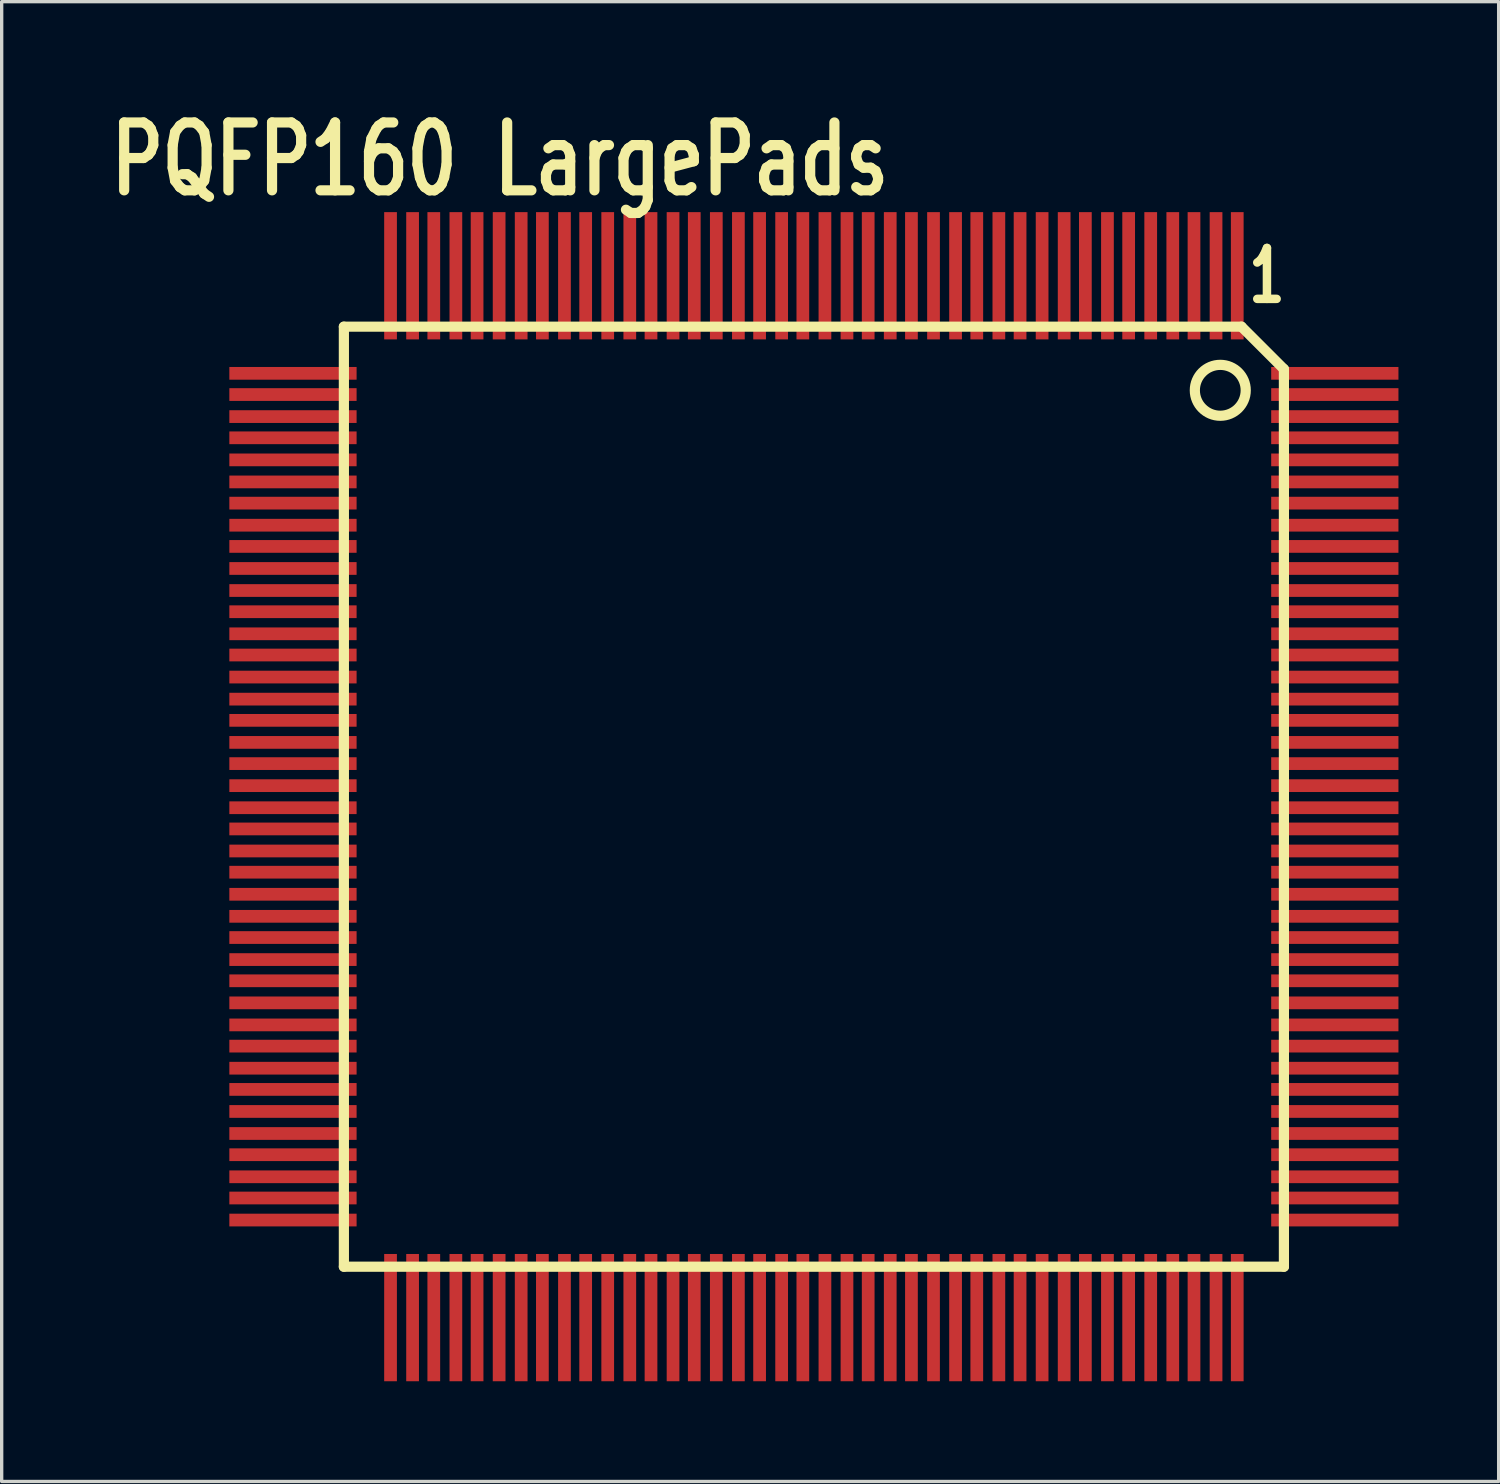
<source format=kicad_pcb>
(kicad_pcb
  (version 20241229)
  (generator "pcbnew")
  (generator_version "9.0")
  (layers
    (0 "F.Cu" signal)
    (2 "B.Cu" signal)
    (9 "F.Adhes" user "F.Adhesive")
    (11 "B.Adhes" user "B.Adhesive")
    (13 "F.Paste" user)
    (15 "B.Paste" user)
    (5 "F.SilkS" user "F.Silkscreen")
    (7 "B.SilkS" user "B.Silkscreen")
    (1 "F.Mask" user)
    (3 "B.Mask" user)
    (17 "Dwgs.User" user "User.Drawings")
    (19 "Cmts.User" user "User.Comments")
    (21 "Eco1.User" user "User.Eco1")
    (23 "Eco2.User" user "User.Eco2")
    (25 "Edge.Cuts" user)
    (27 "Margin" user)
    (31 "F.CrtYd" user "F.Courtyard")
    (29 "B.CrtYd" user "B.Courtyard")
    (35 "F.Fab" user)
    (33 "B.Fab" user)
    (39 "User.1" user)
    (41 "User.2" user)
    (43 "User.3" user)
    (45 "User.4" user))
  (footprint "PQFP160 LargePads"
    (layer "F.Cu")
    (at 21.291 20.7)
    (property "Reference" "PQFP160 LargePads" (at -9.375 -18.976 0) (layer "F.SilkS") (effects (font (size 2.032 1.524) (thickness 0.305))))
    (attr smd)
    (fp_line (start -14.046 -13.97) (end -14.046 14.173) (stroke (width 0.305) (type solid)) (layer "F.SilkS"))
    (fp_line (start -14.046 14.173) (end 14.097 14.173) (stroke (width 0.305) (type solid)) (layer "F.SilkS"))
    (fp_line (start 12.827 -13.97) (end -14.046 -13.97) (stroke (width 0.305) (type solid)) (layer "F.SilkS"))
    (fp_line (start 12.827 -13.97) (end 14.097 -12.7) (stroke (width 0.305) (type solid)) (layer "F.SilkS"))
    (fp_line (start 14.097 14.173) (end 14.097 -12.7) (stroke (width 0.305) (type solid)) (layer "F.SilkS"))
    (fp_circle (center 12.192 -12.065) (end 12.192 -11.303) (stroke (width 0.305) (type solid)) (fill no) (layer "F.SilkS"))
    (fp_text user "1" (at 13.589 -15.494 0) (layer "F.SilkS") (effects (font (size 1.524 1.016) (thickness 0.305))))
    (pad "1" smd rect (at 12.7 -15.494) (size 0.381 3.81) (layers "F.Cu" "F.Mask" "F.Paste"))
    (pad "2" smd rect (at 12.065 -15.494) (size 0.381 3.81) (layers "F.Cu" "F.Mask" "F.Paste"))
    (pad "3" smd rect (at 11.405 -15.494) (size 0.381 3.81) (layers "F.Cu" "F.Mask" "F.Paste"))
    (pad "4" smd rect (at 10.77 -15.494) (size 0.381 3.81) (layers "F.Cu" "F.Mask" "F.Paste"))
    (pad "5" smd rect (at 10.109 -15.494) (size 0.381 3.81) (layers "F.Cu" "F.Mask" "F.Paste"))
    (pad "6" smd rect (at 9.449 -15.494) (size 0.381 3.81) (layers "F.Cu" "F.Mask" "F.Paste"))
    (pad "7" smd rect (at 8.814 -15.494) (size 0.381 3.81) (layers "F.Cu" "F.Mask" "F.Paste"))
    (pad "8" smd rect (at 8.153 -15.494) (size 0.381 3.81) (layers "F.Cu" "F.Mask" "F.Paste"))
    (pad "9" smd rect (at 7.518 -15.494) (size 0.381 3.81) (layers "F.Cu" "F.Mask" "F.Paste"))
    (pad "10" smd rect (at 6.858 -15.494) (size 0.381 3.81) (layers "F.Cu" "F.Mask" "F.Paste"))
    (pad "11" smd rect (at 6.198 -15.494) (size 0.381 3.81) (layers "F.Cu" "F.Mask" "F.Paste"))
    (pad "12" smd rect (at 5.563 -15.494) (size 0.381 3.81) (layers "F.Cu" "F.Mask" "F.Paste"))
    (pad "13" smd rect (at 4.902 -15.494) (size 0.381 3.81) (layers "F.Cu" "F.Mask" "F.Paste"))
    (pad "14" smd rect (at 4.267 -15.494) (size 0.381 3.81) (layers "F.Cu" "F.Mask" "F.Paste"))
    (pad "15" smd rect (at 3.607 -15.494) (size 0.381 3.81) (layers "F.Cu" "F.Mask" "F.Paste"))
    (pad "16" smd rect (at 2.946 -15.494) (size 0.381 3.81) (layers "F.Cu" "F.Mask" "F.Paste"))
    (pad "17" smd rect (at 2.311 -15.494) (size 0.381 3.81) (layers "F.Cu" "F.Mask" "F.Paste"))
    (pad "18" smd rect (at 1.651 -15.494) (size 0.381 3.81) (layers "F.Cu" "F.Mask" "F.Paste"))
    (pad "19" smd rect (at 1.016 -15.494) (size 0.381 3.81) (layers "F.Cu" "F.Mask" "F.Paste"))
    (pad "20" smd rect (at 0.356 -15.494) (size 0.381 3.81) (layers "F.Cu" "F.Mask" "F.Paste"))
    (pad "21" smd rect (at -0.305 -15.494) (size 0.381 3.81) (layers "F.Cu" "F.Mask" "F.Paste"))
    (pad "22" smd rect (at -0.94 -15.494) (size 0.381 3.81) (layers "F.Cu" "F.Mask" "F.Paste"))
    (pad "23" smd rect (at -1.6 -15.494) (size 0.381 3.81) (layers "F.Cu" "F.Mask" "F.Paste"))
    (pad "24" smd rect (at -2.235 -15.494) (size 0.381 3.81) (layers "F.Cu" "F.Mask" "F.Paste"))
    (pad "25" smd rect (at -2.896 -15.494) (size 0.381 3.81) (layers "F.Cu" "F.Mask" "F.Paste"))
    (pad "26" smd rect (at -3.556 -15.494) (size 0.381 3.81) (layers "F.Cu" "F.Mask" "F.Paste"))
    (pad "27" smd rect (at -4.191 -15.494) (size 0.381 3.81) (layers "F.Cu" "F.Mask" "F.Paste"))
    (pad "28" smd rect (at -4.851 -15.494) (size 0.381 3.81) (layers "F.Cu" "F.Mask" "F.Paste"))
    (pad "29" smd rect (at -5.486 -15.494) (size 0.381 3.81) (layers "F.Cu" "F.Mask" "F.Paste"))
    (pad "30" smd rect (at -6.147 -15.494) (size 0.381 3.81) (layers "F.Cu" "F.Mask" "F.Paste"))
    (pad "31" smd rect (at -6.807 -15.494) (size 0.381 3.81) (layers "F.Cu" "F.Mask" "F.Paste"))
    (pad "32" smd rect (at -7.442 -15.494) (size 0.381 3.81) (layers "F.Cu" "F.Mask" "F.Paste"))
    (pad "33" smd rect (at -8.103 -15.494) (size 0.381 3.81) (layers "F.Cu" "F.Mask" "F.Paste"))
    (pad "34" smd rect (at -8.738 -15.494) (size 0.381 3.81) (layers "F.Cu" "F.Mask" "F.Paste"))
    (pad "35" smd rect (at -9.398 -15.494) (size 0.381 3.81) (layers "F.Cu" "F.Mask" "F.Paste"))
    (pad "36" smd rect (at -10.058 -15.494) (size 0.381 3.81) (layers "F.Cu" "F.Mask" "F.Paste"))
    (pad "37" smd rect (at -10.693 -15.494) (size 0.381 3.81) (layers "F.Cu" "F.Mask" "F.Paste"))
    (pad "38" smd rect (at -11.354 -15.494) (size 0.381 3.81) (layers "F.Cu" "F.Mask" "F.Paste"))
    (pad "39" smd rect (at -11.989 -15.494) (size 0.381 3.81) (layers "F.Cu" "F.Mask" "F.Paste"))
    (pad "40" smd rect (at -12.649 -15.494) (size 0.381 3.81) (layers "F.Cu" "F.Mask" "F.Paste"))
    (pad "41" smd rect (at -15.57 -12.573) (size 3.81 0.381) (layers "F.Cu" "F.Mask" "F.Paste"))
    (pad "42" smd rect (at -15.57 -11.938) (size 3.81 0.381) (layers "F.Cu" "F.Mask" "F.Paste"))
    (pad "43" smd rect (at -15.57 -11.278) (size 3.81 0.381) (layers "F.Cu" "F.Mask" "F.Paste"))
    (pad "44" smd rect (at -15.57 -10.643) (size 3.81 0.381) (layers "F.Cu" "F.Mask" "F.Paste"))
    (pad "45" smd rect (at -15.57 -9.982) (size 3.81 0.381) (layers "F.Cu" "F.Mask" "F.Paste"))
    (pad "46" smd rect (at -15.57 -9.322) (size 3.81 0.381) (layers "F.Cu" "F.Mask" "F.Paste"))
    (pad "47" smd rect (at -15.57 -8.687) (size 3.81 0.381) (layers "F.Cu" "F.Mask" "F.Paste"))
    (pad "48" smd rect (at -15.57 -8.026) (size 3.81 0.381) (layers "F.Cu" "F.Mask" "F.Paste"))
    (pad "49" smd rect (at -15.57 -7.391) (size 3.81 0.381) (layers "F.Cu" "F.Mask" "F.Paste"))
    (pad "50" smd rect (at -15.57 -6.731) (size 3.81 0.381) (layers "F.Cu" "F.Mask" "F.Paste"))
    (pad "51" smd rect (at -15.57 -6.071) (size 3.81 0.381) (layers "F.Cu" "F.Mask" "F.Paste"))
    (pad "52" smd rect (at -15.57 -5.436) (size 3.81 0.381) (layers "F.Cu" "F.Mask" "F.Paste"))
    (pad "53" smd rect (at -15.57 -4.775) (size 3.81 0.381) (layers "F.Cu" "F.Mask" "F.Paste"))
    (pad "54" smd rect (at -15.57 -4.14) (size 3.81 0.381) (layers "F.Cu" "F.Mask" "F.Paste"))
    (pad "55" smd rect (at -15.57 -3.48) (size 3.81 0.381) (layers "F.Cu" "F.Mask" "F.Paste"))
    (pad "56" smd rect (at -15.57 -2.819) (size 3.81 0.381) (layers "F.Cu" "F.Mask" "F.Paste"))
    (pad "57" smd rect (at -15.57 -2.184) (size 3.81 0.381) (layers "F.Cu" "F.Mask" "F.Paste"))
    (pad "58" smd rect (at -15.57 -1.524) (size 3.81 0.381) (layers "F.Cu" "F.Mask" "F.Paste"))
    (pad "59" smd rect (at -15.57 -0.889) (size 3.81 0.381) (layers "F.Cu" "F.Mask" "F.Paste"))
    (pad "60" smd rect (at -15.57 -0.229) (size 3.81 0.381) (layers "F.Cu" "F.Mask" "F.Paste"))
    (pad "61" smd rect (at -15.57 0.432) (size 3.81 0.381) (layers "F.Cu" "F.Mask" "F.Paste"))
    (pad "62" smd rect (at -15.57 1.067) (size 3.81 0.381) (layers "F.Cu" "F.Mask" "F.Paste"))
    (pad "63" smd rect (at -15.57 1.727) (size 3.81 0.381) (layers "F.Cu" "F.Mask" "F.Paste"))
    (pad "64" smd rect (at -15.57 2.362) (size 3.81 0.381) (layers "F.Cu" "F.Mask" "F.Paste"))
    (pad "65" smd rect (at -15.57 3.023) (size 3.81 0.381) (layers "F.Cu" "F.Mask" "F.Paste"))
    (pad "66" smd rect (at -15.57 3.683) (size 3.81 0.381) (layers "F.Cu" "F.Mask" "F.Paste"))
    (pad "67" smd rect (at -15.57 4.318) (size 3.81 0.381) (layers "F.Cu" "F.Mask" "F.Paste"))
    (pad "68" smd rect (at -15.57 4.978) (size 3.81 0.381) (layers "F.Cu" "F.Mask" "F.Paste"))
    (pad "69" smd rect (at -15.57 5.613) (size 3.81 0.381) (layers "F.Cu" "F.Mask" "F.Paste"))
    (pad "70" smd rect (at -15.57 6.274) (size 3.81 0.381) (layers "F.Cu" "F.Mask" "F.Paste"))
    (pad "71" smd rect (at -15.57 6.934) (size 3.81 0.381) (layers "F.Cu" "F.Mask" "F.Paste"))
    (pad "72" smd rect (at -15.57 7.569) (size 3.81 0.381) (layers "F.Cu" "F.Mask" "F.Paste"))
    (pad "73" smd rect (at -15.57 8.23) (size 3.81 0.381) (layers "F.Cu" "F.Mask" "F.Paste"))
    (pad "74" smd rect (at -15.57 8.865) (size 3.81 0.381) (layers "F.Cu" "F.Mask" "F.Paste"))
    (pad "75" smd rect (at -15.57 9.525) (size 3.81 0.381) (layers "F.Cu" "F.Mask" "F.Paste"))
    (pad "76" smd rect (at -15.57 10.185) (size 3.81 0.381) (layers "F.Cu" "F.Mask" "F.Paste"))
    (pad "77" smd rect (at -15.57 10.82) (size 3.81 0.381) (layers "F.Cu" "F.Mask" "F.Paste"))
    (pad "78" smd rect (at -15.57 11.481) (size 3.81 0.381) (layers "F.Cu" "F.Mask" "F.Paste"))
    (pad "79" smd rect (at -15.57 12.116) (size 3.81 0.381) (layers "F.Cu" "F.Mask" "F.Paste"))
    (pad "80" smd rect (at -15.57 12.776) (size 3.81 0.381) (layers "F.Cu" "F.Mask" "F.Paste"))
    (pad "81" smd rect (at -12.649 15.697) (size 0.381 3.81) (layers "F.Cu" "F.Mask" "F.Paste"))
    (pad "82" smd rect (at -11.989 15.697) (size 0.381 3.81) (layers "F.Cu" "F.Mask" "F.Paste"))
    (pad "83" smd rect (at -11.354 15.697) (size 0.381 3.81) (layers "F.Cu" "F.Mask" "F.Paste"))
    (pad "84" smd rect (at -10.693 15.697) (size 0.381 3.81) (layers "F.Cu" "F.Mask" "F.Paste"))
    (pad "85" smd rect (at -10.058 15.697) (size 0.381 3.81) (layers "F.Cu" "F.Mask" "F.Paste"))
    (pad "86" smd rect (at -9.398 15.697) (size 0.381 3.81) (layers "F.Cu" "F.Mask" "F.Paste"))
    (pad "87" smd rect (at -8.738 15.697) (size 0.381 3.81) (layers "F.Cu" "F.Mask" "F.Paste"))
    (pad "88" smd rect (at -8.103 15.697) (size 0.381 3.81) (layers "F.Cu" "F.Mask" "F.Paste"))
    (pad "89" smd rect (at -7.442 15.697) (size 0.381 3.81) (layers "F.Cu" "F.Mask" "F.Paste"))
    (pad "90" smd rect (at -6.807 15.697) (size 0.381 3.81) (layers "F.Cu" "F.Mask" "F.Paste"))
    (pad "91" smd rect (at -6.147 15.697) (size 0.381 3.81) (layers "F.Cu" "F.Mask" "F.Paste"))
    (pad "92" smd rect (at -5.486 15.697) (size 0.381 3.81) (layers "F.Cu" "F.Mask" "F.Paste"))
    (pad "93" smd rect (at -4.851 15.697) (size 0.381 3.81) (layers "F.Cu" "F.Mask" "F.Paste"))
    (pad "94" smd rect (at -4.191 15.697) (size 0.381 3.81) (layers "F.Cu" "F.Mask" "F.Paste"))
    (pad "95" smd rect (at -3.556 15.697) (size 0.381 3.81) (layers "F.Cu" "F.Mask" "F.Paste"))
    (pad "96" smd rect (at -2.896 15.697) (size 0.381 3.81) (layers "F.Cu" "F.Mask" "F.Paste"))
    (pad "97" smd rect (at -2.235 15.697) (size 0.381 3.81) (layers "F.Cu" "F.Mask" "F.Paste"))
    (pad "98" smd rect (at -1.6 15.697) (size 0.381 3.81) (layers "F.Cu" "F.Mask" "F.Paste"))
    (pad "99" smd rect (at -0.94 15.697) (size 0.381 3.81) (layers "F.Cu" "F.Mask" "F.Paste"))
    (pad "100" smd rect (at -0.305 15.697) (size 0.381 3.81) (layers "F.Cu" "F.Mask" "F.Paste"))
    (pad "101" smd rect (at 0.356 15.697) (size 0.381 3.81) (layers "F.Cu" "F.Mask" "F.Paste"))
    (pad "102" smd rect (at 1.016 15.697) (size 0.381 3.81) (layers "F.Cu" "F.Mask" "F.Paste"))
    (pad "103" smd rect (at 1.651 15.697) (size 0.381 3.81) (layers "F.Cu" "F.Mask" "F.Paste"))
    (pad "104" smd rect (at 2.311 15.697) (size 0.381 3.81) (layers "F.Cu" "F.Mask" "F.Paste"))
    (pad "105" smd rect (at 2.946 15.697) (size 0.381 3.81) (layers "F.Cu" "F.Mask" "F.Paste"))
    (pad "106" smd rect (at 3.607 15.697) (size 0.381 3.81) (layers "F.Cu" "F.Mask" "F.Paste"))
    (pad "107" smd rect (at 4.267 15.697) (size 0.381 3.81) (layers "F.Cu" "F.Mask" "F.Paste"))
    (pad "108" smd rect (at 4.902 15.697) (size 0.381 3.81) (layers "F.Cu" "F.Mask" "F.Paste"))
    (pad "109" smd rect (at 5.563 15.697) (size 0.381 3.81) (layers "F.Cu" "F.Mask" "F.Paste"))
    (pad "110" smd rect (at 6.198 15.697) (size 0.381 3.81) (layers "F.Cu" "F.Mask" "F.Paste"))
    (pad "111" smd rect (at 6.858 15.697) (size 0.381 3.81) (layers "F.Cu" "F.Mask" "F.Paste"))
    (pad "112" smd rect (at 7.518 15.697) (size 0.381 3.81) (layers "F.Cu" "F.Mask" "F.Paste"))
    (pad "113" smd rect (at 8.153 15.697) (size 0.381 3.81) (layers "F.Cu" "F.Mask" "F.Paste"))
    (pad "114" smd rect (at 8.814 15.697) (size 0.381 3.81) (layers "F.Cu" "F.Mask" "F.Paste"))
    (pad "115" smd rect (at 9.449 15.697) (size 0.381 3.81) (layers "F.Cu" "F.Mask" "F.Paste"))
    (pad "116" smd rect (at 10.109 15.697) (size 0.381 3.81) (layers "F.Cu" "F.Mask" "F.Paste"))
    (pad "117" smd rect (at 10.77 15.697) (size 0.381 3.81) (layers "F.Cu" "F.Mask" "F.Paste"))
    (pad "118" smd rect (at 11.405 15.697) (size 0.381 3.81) (layers "F.Cu" "F.Mask" "F.Paste"))
    (pad "119" smd rect (at 12.065 15.697) (size 0.381 3.81) (layers "F.Cu" "F.Mask" "F.Paste"))
    (pad "120" smd rect (at 12.7 15.697) (size 0.381 3.81) (layers "F.Cu" "F.Mask" "F.Paste"))
    (pad "121" smd rect (at 15.621 12.776) (size 3.81 0.381) (layers "F.Cu" "F.Mask" "F.Paste"))
    (pad "122" smd rect (at 15.621 12.116) (size 3.81 0.381) (layers "F.Cu" "F.Mask" "F.Paste"))
    (pad "123" smd rect (at 15.621 11.481) (size 3.81 0.381) (layers "F.Cu" "F.Mask" "F.Paste"))
    (pad "124" smd rect (at 15.621 10.82) (size 3.81 0.381) (layers "F.Cu" "F.Mask" "F.Paste"))
    (pad "125" smd rect (at 15.621 10.185) (size 3.81 0.381) (layers "F.Cu" "F.Mask" "F.Paste"))
    (pad "126" smd rect (at 15.621 9.525) (size 3.81 0.381) (layers "F.Cu" "F.Mask" "F.Paste"))
    (pad "127" smd rect (at 15.621 8.865) (size 3.81 0.381) (layers "F.Cu" "F.Mask" "F.Paste"))
    (pad "128" smd rect (at 15.621 8.23) (size 3.81 0.381) (layers "F.Cu" "F.Mask" "F.Paste"))
    (pad "129" smd rect (at 15.621 7.569) (size 3.81 0.381) (layers "F.Cu" "F.Mask" "F.Paste"))
    (pad "130" smd rect (at 15.621 6.934) (size 3.81 0.381) (layers "F.Cu" "F.Mask" "F.Paste"))
    (pad "131" smd rect (at 15.621 6.274) (size 3.81 0.381) (layers "F.Cu" "F.Mask" "F.Paste"))
    (pad "132" smd rect (at 15.621 5.613) (size 3.81 0.381) (layers "F.Cu" "F.Mask" "F.Paste"))
    (pad "133" smd rect (at 15.621 4.978) (size 3.81 0.381) (layers "F.Cu" "F.Mask" "F.Paste"))
    (pad "134" smd rect (at 15.621 4.318) (size 3.81 0.381) (layers "F.Cu" "F.Mask" "F.Paste"))
    (pad "135" smd rect (at 15.621 3.683) (size 3.81 0.381) (layers "F.Cu" "F.Mask" "F.Paste"))
    (pad "136" smd rect (at 15.621 3.023) (size 3.81 0.381) (layers "F.Cu" "F.Mask" "F.Paste"))
    (pad "137" smd rect (at 15.621 2.362) (size 3.81 0.381) (layers "F.Cu" "F.Mask" "F.Paste"))
    (pad "138" smd rect (at 15.621 1.727) (size 3.81 0.381) (layers "F.Cu" "F.Mask" "F.Paste"))
    (pad "139" smd rect (at 15.621 1.067) (size 3.81 0.381) (layers "F.Cu" "F.Mask" "F.Paste"))
    (pad "140" smd rect (at 15.621 0.432) (size 3.81 0.381) (layers "F.Cu" "F.Mask" "F.Paste"))
    (pad "141" smd rect (at 15.621 -0.229) (size 3.81 0.381) (layers "F.Cu" "F.Mask" "F.Paste"))
    (pad "142" smd rect (at 15.621 -0.889) (size 3.81 0.381) (layers "F.Cu" "F.Mask" "F.Paste"))
    (pad "143" smd rect (at 15.621 -1.524) (size 3.81 0.381) (layers "F.Cu" "F.Mask" "F.Paste"))
    (pad "144" smd rect (at 15.621 -2.184) (size 3.81 0.381) (layers "F.Cu" "F.Mask" "F.Paste"))
    (pad "145" smd rect (at 15.621 -2.819) (size 3.81 0.381) (layers "F.Cu" "F.Mask" "F.Paste"))
    (pad "146" smd rect (at 15.621 -3.48) (size 3.81 0.381) (layers "F.Cu" "F.Mask" "F.Paste"))
    (pad "147" smd rect (at 15.621 -4.14) (size 3.81 0.381) (layers "F.Cu" "F.Mask" "F.Paste"))
    (pad "148" smd rect (at 15.621 -4.775) (size 3.81 0.381) (layers "F.Cu" "F.Mask" "F.Paste"))
    (pad "149" smd rect (at 15.621 -5.436) (size 3.81 0.381) (layers "F.Cu" "F.Mask" "F.Paste"))
    (pad "150" smd rect (at 15.621 -6.071) (size 3.81 0.381) (layers "F.Cu" "F.Mask" "F.Paste"))
    (pad "151" smd rect (at 15.621 -6.731) (size 3.81 0.381) (layers "F.Cu" "F.Mask" "F.Paste"))
    (pad "152" smd rect (at 15.621 -7.391) (size 3.81 0.381) (layers "F.Cu" "F.Mask" "F.Paste"))
    (pad "153" smd rect (at 15.621 -8.026) (size 3.81 0.381) (layers "F.Cu" "F.Mask" "F.Paste"))
    (pad "154" smd rect (at 15.621 -8.687) (size 3.81 0.381) (layers "F.Cu" "F.Mask" "F.Paste"))
    (pad "155" smd rect (at 15.621 -9.322) (size 3.81 0.381) (layers "F.Cu" "F.Mask" "F.Paste"))
    (pad "156" smd rect (at 15.621 -9.982) (size 3.81 0.381) (layers "F.Cu" "F.Mask" "F.Paste"))
    (pad "157" smd rect (at 15.621 -10.643) (size 3.81 0.381) (layers "F.Cu" "F.Mask" "F.Paste"))
    (pad "158" smd rect (at 15.621 -11.278) (size 3.81 0.381) (layers "F.Cu" "F.Mask" "F.Paste"))
    (pad "159" smd rect (at 15.621 -11.938) (size 3.81 0.381) (layers "F.Cu" "F.Mask" "F.Paste"))
    (pad "160" smd rect (at 15.621 -12.573) (size 3.81 0.381) (layers "F.Cu" "F.Mask" "F.Paste")))
  (gr_rect
    (start -3 -3)
    (end 41.817 41.302)
    (stroke (width 0.1) (type default))
    (fill no)
    (layer "Edge.Cuts")))
</source>
